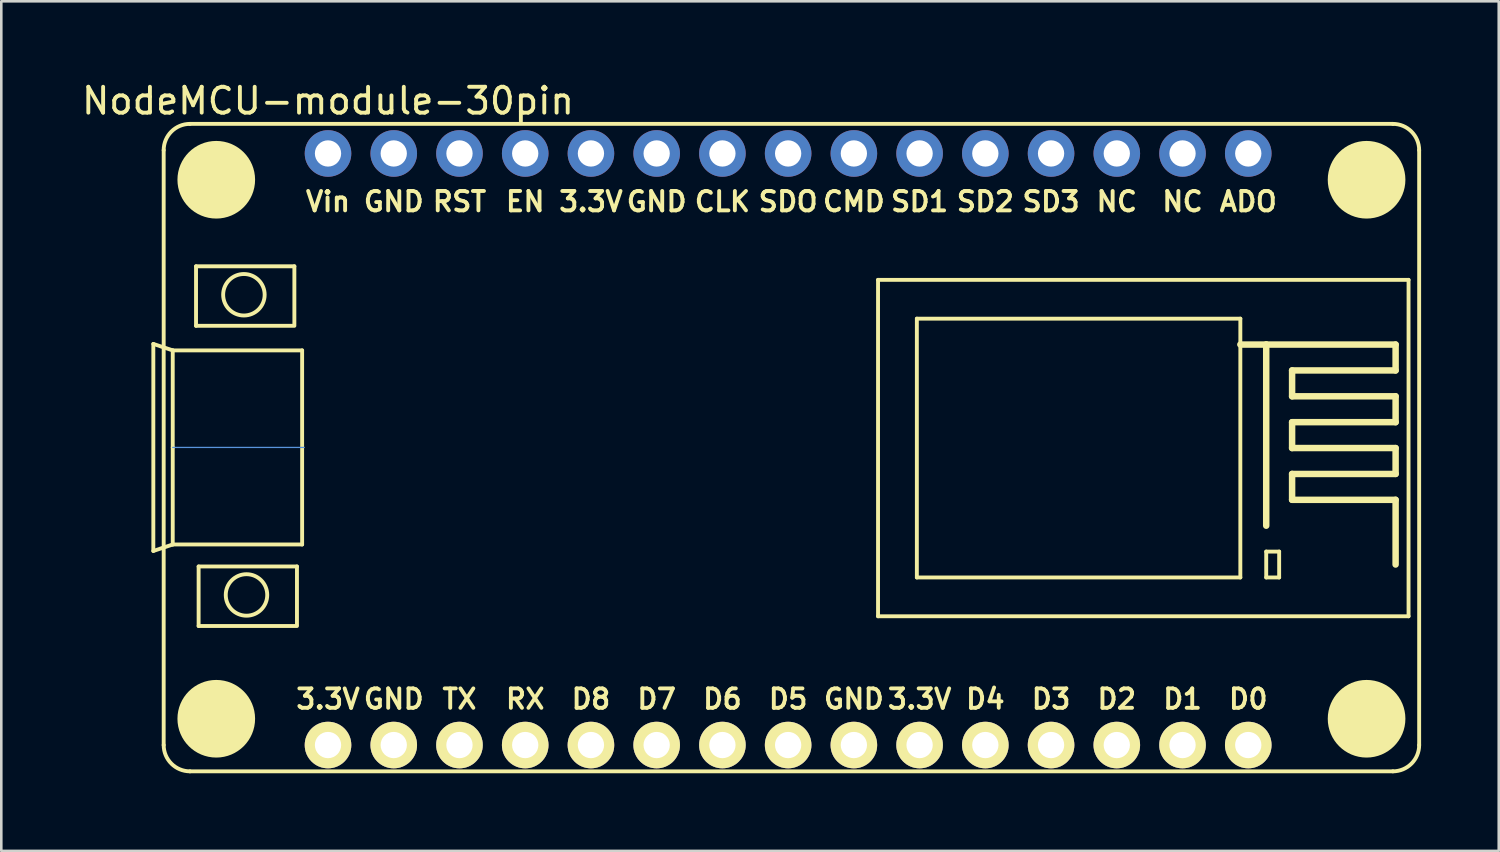
<source format=kicad_pcb>
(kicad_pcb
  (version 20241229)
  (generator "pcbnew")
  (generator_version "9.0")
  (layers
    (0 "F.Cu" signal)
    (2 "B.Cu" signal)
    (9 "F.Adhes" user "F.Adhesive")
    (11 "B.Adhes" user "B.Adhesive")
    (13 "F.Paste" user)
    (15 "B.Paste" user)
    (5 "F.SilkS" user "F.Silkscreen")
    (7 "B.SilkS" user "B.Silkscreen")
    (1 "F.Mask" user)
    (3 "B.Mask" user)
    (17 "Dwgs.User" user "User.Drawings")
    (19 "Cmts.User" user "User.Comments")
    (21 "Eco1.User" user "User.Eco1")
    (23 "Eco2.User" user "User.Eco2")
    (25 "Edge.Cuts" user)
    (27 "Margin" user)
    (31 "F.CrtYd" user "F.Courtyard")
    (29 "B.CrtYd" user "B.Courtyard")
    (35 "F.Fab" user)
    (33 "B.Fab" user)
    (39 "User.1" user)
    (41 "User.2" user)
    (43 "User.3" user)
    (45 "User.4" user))
  (footprint "NodeMCU-module-30pin"
    (layer "F.Cu")
    (at 9.625 25.74)
    (property "Reference" "NodeMCU-module-30pin" (at 0 -24.892 0) (layer "F.SilkS") (effects (font (size 1 1) (thickness 0.15))))
    (attr through_hole)
    (fp_line (start -6.75 -15.5) (end -6.75 -7.5) (stroke (width 0.15) (type solid)) (layer "F.SilkS"))
    (fp_line (start -6.75 -7.5) (end -6 -7.75) (stroke (width 0.15) (type solid)) (layer "F.SilkS"))
    (fp_line (start -6.35 0) (end -6.35 -22.987) (stroke (width 0.15) (type solid)) (layer "F.SilkS"))
    (fp_line (start -6 -15.25) (end -6.75 -15.5) (stroke (width 0.15) (type solid)) (layer "F.SilkS"))
    (fp_line (start -6 -15.25) (end -1 -15.25) (stroke (width 0.15) (type solid)) (layer "F.SilkS"))
    (fp_line (start -6 -11.5) (end -6 -15.25) (stroke (width 0.15) (type solid)) (layer "F.SilkS"))
    (fp_line (start -6 -7.75) (end -6 -11.5) (stroke (width 0.15) (type solid)) (layer "F.SilkS"))
    (fp_line (start -5.334 -24.003) (end 41.148 -24.003) (stroke (width 0.15) (type solid)) (layer "F.SilkS"))
    (fp_line (start -5.1 -18.5) (end -5.1 -16.2) (stroke (width 0.15) (type solid)) (layer "F.SilkS"))
    (fp_line (start -5.1 -16.2) (end -1.3 -16.2) (stroke (width 0.15) (type solid)) (layer "F.SilkS"))
    (fp_line (start -5 -6.9) (end -5 -4.6) (stroke (width 0.15) (type solid)) (layer "F.SilkS"))
    (fp_line (start -5 -4.6) (end -1.2 -4.6) (stroke (width 0.15) (type solid)) (layer "F.SilkS"))
    (fp_line (start -1.3 -18.5) (end -5.1 -18.5) (stroke (width 0.15) (type solid)) (layer "F.SilkS"))
    (fp_line (start -1.3 -16.25) (end -1.3 -18.5) (stroke (width 0.15) (type solid)) (layer "F.SilkS"))
    (fp_line (start -1.2 -6.9) (end -5 -6.9) (stroke (width 0.15) (type solid)) (layer "F.SilkS"))
    (fp_line (start -1.2 -4.65) (end -1.2 -6.9) (stroke (width 0.15) (type solid)) (layer "F.SilkS"))
    (fp_line (start -1 -15.25) (end -1 -7.75) (stroke (width 0.15) (type solid)) (layer "F.SilkS"))
    (fp_line (start -1 -7.75) (end -6 -7.75) (stroke (width 0.15) (type solid)) (layer "F.SilkS"))
    (fp_line (start 21.254 -17.976) (end 21.254 -4.976) (stroke (width 0.15) (type solid)) (layer "F.SilkS"))
    (fp_line (start 21.254 -4.976) (end 41.754 -4.976) (stroke (width 0.15) (type solid)) (layer "F.SilkS"))
    (fp_line (start 22.754 -16.476) (end 22.754 -6.476) (stroke (width 0.15) (type solid)) (layer "F.SilkS"))
    (fp_line (start 22.754 -6.476) (end 35.254 -6.476) (stroke (width 0.15) (type solid)) (layer "F.SilkS"))
    (fp_line (start 35.254 -16.476) (end 22.754 -16.476) (stroke (width 0.15) (type solid)) (layer "F.SilkS"))
    (fp_line (start 35.254 -15.476) (end 36.254 -15.476) (stroke (width 0.25) (type solid)) (layer "F.SilkS"))
    (fp_line (start 35.254 -6.476) (end 35.254 -16.476) (stroke (width 0.15) (type solid)) (layer "F.SilkS"))
    (fp_line (start 36.254 -15.476) (end 36.254 -8.476) (stroke (width 0.25) (type solid)) (layer "F.SilkS"))
    (fp_line (start 36.254 -15.476) (end 41.254 -15.476) (stroke (width 0.25) (type solid)) (layer "F.SilkS"))
    (fp_line (start 36.254 -7.476) (end 36.254 -6.476) (stroke (width 0.15) (type solid)) (layer "F.SilkS"))
    (fp_line (start 36.254 -6.476) (end 36.754 -6.476) (stroke (width 0.15) (type solid)) (layer "F.SilkS"))
    (fp_line (start 36.754 -7.476) (end 36.254 -7.476) (stroke (width 0.15) (type solid)) (layer "F.SilkS"))
    (fp_line (start 36.754 -6.476) (end 36.754 -7.476) (stroke (width 0.15) (type solid)) (layer "F.SilkS"))
    (fp_line (start 37.254 -14.476) (end 37.254 -13.476) (stroke (width 0.25) (type solid)) (layer "F.SilkS"))
    (fp_line (start 37.254 -13.476) (end 41.254 -13.476) (stroke (width 0.25) (type solid)) (layer "F.SilkS"))
    (fp_line (start 37.254 -12.476) (end 37.254 -11.476) (stroke (width 0.25) (type solid)) (layer "F.SilkS"))
    (fp_line (start 37.254 -11.476) (end 41.254 -11.476) (stroke (width 0.25) (type solid)) (layer "F.SilkS"))
    (fp_line (start 37.254 -10.476) (end 37.254 -9.476) (stroke (width 0.25) (type solid)) (layer "F.SilkS"))
    (fp_line (start 37.254 -9.476) (end 41.254 -9.476) (stroke (width 0.25) (type solid)) (layer "F.SilkS"))
    (fp_line (start 41.148 1.016) (end -5.334 1.016) (stroke (width 0.15) (type solid)) (layer "F.SilkS"))
    (fp_line (start 41.254 -15.476) (end 41.254 -14.476) (stroke (width 0.25) (type solid)) (layer "F.SilkS"))
    (fp_line (start 41.254 -14.476) (end 37.254 -14.476) (stroke (width 0.25) (type solid)) (layer "F.SilkS"))
    (fp_line (start 41.254 -13.476) (end 41.254 -12.476) (stroke (width 0.25) (type solid)) (layer "F.SilkS"))
    (fp_line (start 41.254 -12.476) (end 37.254 -12.476) (stroke (width 0.25) (type solid)) (layer "F.SilkS"))
    (fp_line (start 41.254 -11.476) (end 41.254 -10.476) (stroke (width 0.25) (type solid)) (layer "F.SilkS"))
    (fp_line (start 41.254 -10.476) (end 37.254 -10.476) (stroke (width 0.25) (type solid)) (layer "F.SilkS"))
    (fp_line (start 41.254 -9.476) (end 41.254 -6.976) (stroke (width 0.25) (type solid)) (layer "F.SilkS"))
    (fp_line (start 41.754 -17.976) (end 21.254 -17.976) (stroke (width 0.15) (type solid)) (layer "F.SilkS"))
    (fp_line (start 41.754 -17.976) (end 41.754 -4.976) (stroke (width 0.15) (type solid)) (layer "F.SilkS"))
    (fp_line (start 42.164 -22.987) (end 42.164 0) (stroke (width 0.15) (type solid)) (layer "F.SilkS"))
    (fp_arc (start -6.35 -22.987) (mid -6.05242 -23.70542) (end -5.334 -24.003) (stroke (width 0.15) (type solid)) (layer "F.SilkS"))
    (fp_arc (start -5.334 1.016) (mid -6.05242 0.71842) (end -6.35 0) (stroke (width 0.15) (type solid)) (layer "F.SilkS"))
    (fp_arc (start 41.148 -24.003) (mid 41.86642 -23.70542) (end 42.164 -22.987) (stroke (width 0.15) (type solid)) (layer "F.SilkS"))
    (fp_arc (start 42.164 0) (mid 41.86642 0.71842) (end 41.148 1.016) (stroke (width 0.15) (type solid)) (layer "F.SilkS"))
    (fp_circle (center -3.25 -17.4) (end -2.45 -17.35) (stroke (width 0.15) (type solid)) (fill no) (layer "F.SilkS"))
    (fp_circle (center -3.15 -5.8) (end -2.35 -5.75) (stroke (width 0.15) (type solid)) (fill no) (layer "F.SilkS"))
    (fp_line (start -6 -11.5) (end -0.92 -11.5) (stroke (width 0.05) (type solid)) (layer "Cmts.User"))
    (fp_text user "D8" (at 10.16 -1.778 0) (layer "F.SilkS") (effects (font (size 0.75 0.75) (thickness 0.15))))
    (fp_text user "CMD" (at 20.32 -21 0) (layer "F.SilkS") (effects (font (size 0.75 0.75) (thickness 0.15))))
    (fp_text user "3.3V" (at 10.16 -21 0) (layer "F.SilkS") (effects (font (size 0.75 0.75) (thickness 0.15))))
    (fp_text user "D2" (at 30.48 -1.778 0) (layer "F.SilkS") (effects (font (size 0.75 0.75) (thickness 0.15))))
    (fp_text user "CLK" (at 15.24 -21 0) (layer "F.SilkS") (effects (font (size 0.75 0.75) (thickness 0.15))))
    (fp_text user "D0" (at 35.56 -1.778 0) (layer "F.SilkS") (effects (font (size 0.75 0.75) (thickness 0.15))))
    (fp_text user "D4" (at 25.4 -1.778 0) (layer "F.SilkS") (effects (font (size 0.75 0.75) (thickness 0.15))))
    (fp_text user "GND" (at 2.54 -1.778 0) (layer "F.SilkS") (effects (font (size 0.75 0.75) (thickness 0.15))))
    (fp_text user "D3" (at 27.94 -1.778 0) (layer "F.SilkS") (effects (font (size 0.75 0.75) (thickness 0.15))))
    (fp_text user "RST" (at 5.08 -21 0) (layer "F.SilkS") (effects (font (size 0.75 0.75) (thickness 0.15))))
    (fp_text user "D7" (at 12.7 -1.778 0) (layer "F.SilkS") (effects (font (size 0.75 0.75) (thickness 0.15))))
    (fp_text user "3.3V" (at 0 -1.778 0) (layer "F.SilkS") (effects (font (size 0.75 0.75) (thickness 0.15))))
    (fp_text user "RX" (at 7.62 -1.778 0) (layer "F.SilkS") (effects (font (size 0.75 0.75) (thickness 0.15))))
    (fp_text user "GND" (at 2.54 -21 0) (layer "F.SilkS") (effects (font (size 0.75 0.75) (thickness 0.15))))
    (fp_text user "D6" (at 15.24 -1.778 0) (layer "F.SilkS") (effects (font (size 0.75 0.75) (thickness 0.15))))
    (fp_text user "D5" (at 17.78 -1.778 0) (layer "F.SilkS") (effects (font (size 0.75 0.75) (thickness 0.15))))
    (fp_text user "NC" (at 33.02 -21 0) (layer "F.SilkS") (effects (font (size 0.75 0.75) (thickness 0.15))))
    (fp_text user "NC" (at 30.48 -21 0) (layer "F.SilkS") (effects (font (size 0.75 0.75) (thickness 0.15))))
    (fp_text user "ADO" (at 35.56 -21 0) (layer "F.SilkS") (effects (font (size 0.75 0.75) (thickness 0.15))))
    (fp_text user "Vin" (at 0 -21 0) (layer "F.SilkS") (effects (font (size 0.75 0.75) (thickness 0.15))))
    (fp_text user "SD1" (at 22.86 -21 0) (layer "F.SilkS") (effects (font (size 0.75 0.75) (thickness 0.15))))
    (fp_text user "GND" (at 12.7 -21 0) (layer "F.SilkS") (effects (font (size 0.75 0.75) (thickness 0.15))))
    (fp_text user "D1" (at 33.02 -1.778 0) (layer "F.SilkS") (effects (font (size 0.75 0.75) (thickness 0.15))))
    (fp_text user "TX" (at 5.08 -1.778 0) (layer "F.SilkS") (effects (font (size 0.75 0.75) (thickness 0.15))))
    (fp_text user "SDO" (at 17.78 -21 0) (layer "F.SilkS") (effects (font (size 0.75 0.75) (thickness 0.15))))
    (fp_text user "SD2" (at 25.4 -21 0) (layer "F.SilkS") (effects (font (size 0.75 0.75) (thickness 0.15))))
    (fp_text user "3.3V" (at 22.86 -1.778 0) (layer "F.SilkS") (effects (font (size 0.75 0.75) (thickness 0.15))))
    (fp_text user "GND" (at 20.32 -1.778 0) (layer "F.SilkS") (effects (font (size 0.75 0.75) (thickness 0.15))))
    (fp_text user "SD3" (at 27.94 -21 0) (layer "F.SilkS") (effects (font (size 0.75 0.75) (thickness 0.15))))
    (fp_text user "EN" (at 7.62 -21 0) (layer "F.SilkS") (effects (font (size 0.75 0.75) (thickness 0.15))))
    (pad "" smd circle (at -4.318 -21.844) (size 3 3) (layers "F.SilkS"))
    (pad "" smd circle (at -4.318 -1.016) (size 3 3) (layers "F.SilkS"))
    (pad "" smd circle (at 40.132 -21.844) (size 3 3) (layers "F.SilkS"))
    (pad "" smd circle (at 40.132 -1.016) (size 3 3) (layers "F.SilkS"))
    (pad "1" thru_hole circle (at 0 0) (size 1.8 1.8) (drill 1.016) (layers "*.Cu" "*.Mask" "F.SilkS"))
    (pad "2" thru_hole circle (at 2.54 0) (size 1.8 1.8) (drill 1.016) (layers "*.Cu" "*.Mask" "F.SilkS"))
    (pad "3" thru_hole circle (at 5.08 0) (size 1.8 1.8) (drill 1.016) (layers "*.Cu" "*.Mask" "F.SilkS"))
    (pad "4" thru_hole circle (at 7.62 0) (size 1.8 1.8) (drill 1.016) (layers "*.Cu" "*.Mask" "F.SilkS"))
    (pad "5" thru_hole circle (at 10.16 0) (size 1.8 1.8) (drill 1.016) (layers "*.Cu" "*.Mask" "F.SilkS"))
    (pad "6" thru_hole circle (at 12.7 0) (size 1.8 1.8) (drill 1.016) (layers "*.Cu" "*.Mask" "F.SilkS"))
    (pad "7" thru_hole circle (at 15.24 0) (size 1.8 1.8) (drill 1.016) (layers "*.Cu" "*.Mask" "F.SilkS"))
    (pad "8" thru_hole circle (at 17.78 0) (size 1.8 1.8) (drill 1.016) (layers "*.Cu" "*.Mask" "F.SilkS"))
    (pad "9" thru_hole circle (at 20.32 0) (size 1.8 1.8) (drill 1.016) (layers "*.Cu" "*.Mask" "F.SilkS"))
    (pad "10" thru_hole circle (at 22.86 0) (size 1.8 1.8) (drill 1.016) (layers "*.Cu" "*.Mask" "F.SilkS"))
    (pad "11" thru_hole circle (at 25.4 0) (size 1.8 1.8) (drill 1.016) (layers "*.Cu" "*.Mask" "F.SilkS"))
    (pad "12" thru_hole circle (at 27.94 0) (size 1.8 1.8) (drill 1.016) (layers "*.Cu" "*.Mask" "F.SilkS"))
    (pad "13" thru_hole circle (at 30.48 0) (size 1.8 1.8) (drill 1.016) (layers "*.Cu" "*.Mask" "F.SilkS"))
    (pad "14" thru_hole circle (at 33.02 0) (size 1.8 1.8) (drill 1.016) (layers "*.Cu" "*.Mask" "F.SilkS"))
    (pad "15" thru_hole circle (at 35.56 0) (size 1.8 1.8) (drill 1.016) (layers "*.Cu" "*.Mask" "F.SilkS"))
    (pad "16" thru_hole circle (at 35.56 -22.86) (size 1.8 1.8) (drill 1.016) (layers "*.Cu" "*.Mask"))
    (pad "17" thru_hole circle (at 33.02 -22.86) (size 1.8 1.8) (drill 1.016) (layers "*.Cu" "*.Mask"))
    (pad "18" thru_hole circle (at 30.48 -22.86) (size 1.8 1.8) (drill 1.016) (layers "*.Cu" "*.Mask"))
    (pad "19" thru_hole circle (at 27.94 -22.86) (size 1.8 1.8) (drill 1.016) (layers "*.Cu" "*.Mask"))
    (pad "20" thru_hole circle (at 25.4 -22.86) (size 1.8 1.8) (drill 1.016) (layers "*.Cu" "*.Mask"))
    (pad "21" thru_hole circle (at 22.86 -22.86) (size 1.8 1.8) (drill 1.016) (layers "*.Cu" "*.Mask"))
    (pad "22" thru_hole circle (at 20.32 -22.86) (size 1.8 1.8) (drill 1.016) (layers "*.Cu" "*.Mask"))
    (pad "23" thru_hole circle (at 17.78 -22.86) (size 1.8 1.8) (drill 1.016) (layers "*.Cu" "*.Mask"))
    (pad "24" thru_hole circle (at 15.24 -22.86) (size 1.8 1.8) (drill 1.016) (layers "*.Cu" "*.Mask"))
    (pad "25" thru_hole circle (at 12.7 -22.86) (size 1.8 1.8) (drill 1.016) (layers "*.Cu" "*.Mask"))
    (pad "26" thru_hole circle (at 10.16 -22.86) (size 1.8 1.8) (drill 1.016) (layers "*.Cu" "*.Mask"))
    (pad "27" thru_hole circle (at 7.62 -22.86) (size 1.8 1.8) (drill 1.016) (layers "*.Cu" "*.Mask"))
    (pad "28" thru_hole circle (at 5.08 -22.86) (size 1.8 1.8) (drill 1.016) (layers "*.Cu" "*.Mask"))
    (pad "29" thru_hole circle (at 2.54 -22.86) (size 1.8 1.8) (drill 1.016) (layers "*.Cu" "*.Mask"))
    (pad "30" thru_hole circle (at 0 -22.86) (size 1.8 1.8) (drill 1.016) (layers "*.Cu" "*.Mask")))
  (gr_rect
    (start -3 -3)
    (end 54.864 29.831)
    (stroke (width 0.1) (type default))
    (fill no)
    (layer "Edge.Cuts")))
</source>
